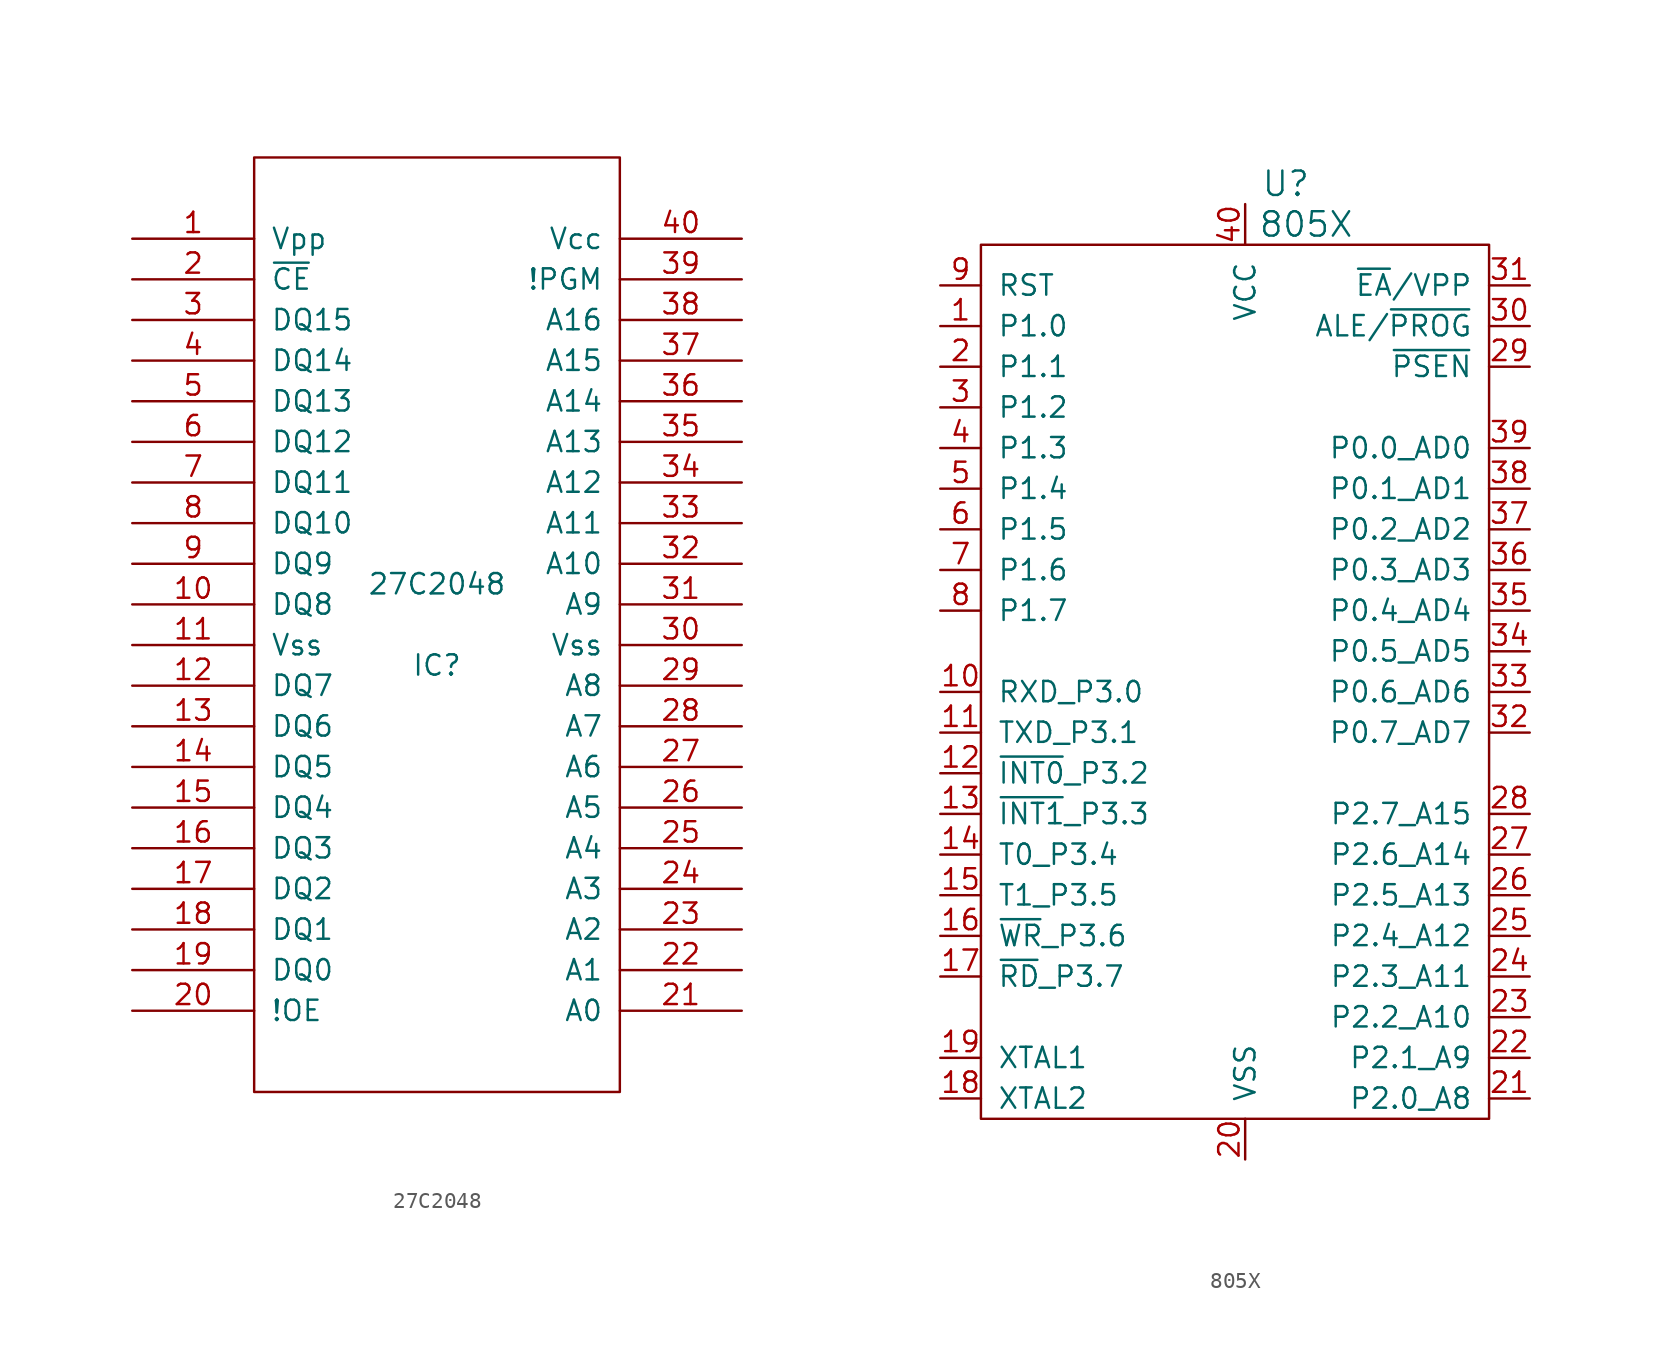
<source format=kicad_sym>
(kicad_symbol_lib
  (version 20211014)
  (generator kicad_symbol_editor)
  (symbol "27C2048"
    (pin_names
      (offset 1.016))
    (property "Reference" "IC"
      (at 0 -2.54 0)
      (effects (font (size 1.27 1.27))))
    (property "Value" "27C2048"
      (at 0 2.54 0)
      (effects (font (size 1.27 1.27))))
    (symbol "27C2048_1_0"
      (rectangle (start -11.43 -29.21) (end 11.43 29.21) (stroke (width 0) (type default) (color 0 0 0 0)) (fill (type none))))
    (symbol "27C2048_1_1"
      (pin power_in line (at -19.05 24.13 0) (length 7.62) (name "Vpp" (effects (font (size 1.27 1.27)))) (number "1" (effects (font (size 1.27 1.27)))))
      (pin passive line (at -19.05 1.27 0) (length 7.62) (name "DQ8" (effects (font (size 1.27 1.27)))) (number "10" (effects (font (size 1.27 1.27)))))
      (pin power_in line (at -19.05 -1.27 0) (length 7.62) (name "Vss" (effects (font (size 1.27 1.27)))) (number "11" (effects (font (size 1.27 1.27)))))
      (pin passive line (at -19.05 -3.81 0) (length 7.62) (name "DQ7" (effects (font (size 1.27 1.27)))) (number "12" (effects (font (size 1.27 1.27)))))
      (pin passive line (at -19.05 -6.35 0) (length 7.62) (name "DQ6" (effects (font (size 1.27 1.27)))) (number "13" (effects (font (size 1.27 1.27)))))
      (pin passive line (at -19.05 -8.89 0) (length 7.62) (name "DQ5" (effects (font (size 1.27 1.27)))) (number "14" (effects (font (size 1.27 1.27)))))
      (pin passive line (at -19.05 -11.43 0) (length 7.62) (name "DQ4" (effects (font (size 1.27 1.27)))) (number "15" (effects (font (size 1.27 1.27)))))
      (pin passive line (at -19.05 -13.97 0) (length 7.62) (name "DQ3" (effects (font (size 1.27 1.27)))) (number "16" (effects (font (size 1.27 1.27)))))
      (pin passive line (at -19.05 -16.51 0) (length 7.62) (name "DQ2" (effects (font (size 1.27 1.27)))) (number "17" (effects (font (size 1.27 1.27)))))
      (pin passive line (at -19.05 -19.05 0) (length 7.62) (name "DQ1" (effects (font (size 1.27 1.27)))) (number "18" (effects (font (size 1.27 1.27)))))
      (pin passive line (at -19.05 -21.59 0) (length 7.62) (name "DQ0" (effects (font (size 1.27 1.27)))) (number "19" (effects (font (size 1.27 1.27)))))
      (pin passive line (at -19.05 21.59 0) (length 7.62) (name "~{CE}" (effects (font (size 1.27 1.27)))) (number "2" (effects (font (size 1.27 1.27)))))
      (pin passive line (at -19.05 -24.13 0) (length 7.62) (name "!OE" (effects (font (size 1.27 1.27)))) (number "20" (effects (font (size 1.27 1.27)))))
      (pin passive line (at 19.05 -24.13 180) (length 7.62) (name "A0" (effects (font (size 1.27 1.27)))) (number "21" (effects (font (size 1.27 1.27)))))
      (pin passive line (at 19.05 -21.59 180) (length 7.62) (name "A1" (effects (font (size 1.27 1.27)))) (number "22" (effects (font (size 1.27 1.27)))))
      (pin passive line (at 19.05 -19.05 180) (length 7.62) (name "A2" (effects (font (size 1.27 1.27)))) (number "23" (effects (font (size 1.27 1.27)))))
      (pin passive line (at 19.05 -16.51 180) (length 7.62) (name "A3" (effects (font (size 1.27 1.27)))) (number "24" (effects (font (size 1.27 1.27)))))
      (pin passive line (at 19.05 -13.97 180) (length 7.62) (name "A4" (effects (font (size 1.27 1.27)))) (number "25" (effects (font (size 1.27 1.27)))))
      (pin passive line (at 19.05 -11.43 180) (length 7.62) (name "A5" (effects (font (size 1.27 1.27)))) (number "26" (effects (font (size 1.27 1.27)))))
      (pin passive line (at 19.05 -8.89 180) (length 7.62) (name "A6" (effects (font (size 1.27 1.27)))) (number "27" (effects (font (size 1.27 1.27)))))
      (pin passive line (at 19.05 -6.35 180) (length 7.62) (name "A7" (effects (font (size 1.27 1.27)))) (number "28" (effects (font (size 1.27 1.27)))))
      (pin passive line (at 19.05 -3.81 180) (length 7.62) (name "A8" (effects (font (size 1.27 1.27)))) (number "29" (effects (font (size 1.27 1.27)))))
      (pin passive line (at -19.05 19.05 0) (length 7.62) (name "DQ15" (effects (font (size 1.27 1.27)))) (number "3" (effects (font (size 1.27 1.27)))))
      (pin power_in line (at 19.05 -1.27 180) (length 7.62) (name "Vss" (effects (font (size 1.27 1.27)))) (number "30" (effects (font (size 1.27 1.27)))))
      (pin passive line (at 19.05 1.27 180) (length 7.62) (name "A9" (effects (font (size 1.27 1.27)))) (number "31" (effects (font (size 1.27 1.27)))))
      (pin passive line (at 19.05 3.81 180) (length 7.62) (name "A10" (effects (font (size 1.27 1.27)))) (number "32" (effects (font (size 1.27 1.27)))))
      (pin passive line (at 19.05 6.35 180) (length 7.62) (name "A11" (effects (font (size 1.27 1.27)))) (number "33" (effects (font (size 1.27 1.27)))))
      (pin passive line (at 19.05 8.89 180) (length 7.62) (name "A12" (effects (font (size 1.27 1.27)))) (number "34" (effects (font (size 1.27 1.27)))))
      (pin passive line (at 19.05 11.43 180) (length 7.62) (name "A13" (effects (font (size 1.27 1.27)))) (number "35" (effects (font (size 1.27 1.27)))))
      (pin passive line (at 19.05 13.97 180) (length 7.62) (name "A14" (effects (font (size 1.27 1.27)))) (number "36" (effects (font (size 1.27 1.27)))))
      (pin passive line (at 19.05 16.51 180) (length 7.62) (name "A15" (effects (font (size 1.27 1.27)))) (number "37" (effects (font (size 1.27 1.27)))))
      (pin passive line (at 19.05 19.05 180) (length 7.62) (name "A16" (effects (font (size 1.27 1.27)))) (number "38" (effects (font (size 1.27 1.27)))))
      (pin passive line (at 19.05 21.59 180) (length 7.62) (name "!PGM" (effects (font (size 1.27 1.27)))) (number "39" (effects (font (size 1.27 1.27)))))
      (pin passive line (at -19.05 16.51 0) (length 7.62) (name "DQ14" (effects (font (size 1.27 1.27)))) (number "4" (effects (font (size 1.27 1.27)))))
      (pin power_in line (at 19.05 24.13 180) (length 7.62) (name "Vcc" (effects (font (size 1.27 1.27)))) (number "40" (effects (font (size 1.27 1.27)))))
      (pin passive line (at -19.05 13.97 0) (length 7.62) (name "DQ13" (effects (font (size 1.27 1.27)))) (number "5" (effects (font (size 1.27 1.27)))))
      (pin passive line (at -19.05 11.43 0) (length 7.62) (name "DQ12" (effects (font (size 1.27 1.27)))) (number "6" (effects (font (size 1.27 1.27)))))
      (pin passive line (at -19.05 8.89 0) (length 7.62) (name "DQ11" (effects (font (size 1.27 1.27)))) (number "7" (effects (font (size 1.27 1.27)))))
      (pin passive line (at -19.05 6.35 0) (length 7.62) (name "DQ10" (effects (font (size 1.27 1.27)))) (number "8" (effects (font (size 1.27 1.27)))))
      (pin passive line (at -19.05 3.81 0) (length 7.62) (name "DQ9" (effects (font (size 1.27 1.27)))) (number "9" (effects (font (size 1.27 1.27)))))))
  (symbol "805X"
    (pin_names
      (offset 1.016))
    (property "Reference" "U"
      (at 2.54 29.21 0)
      (effects (font (size 1.524 1.524))))
    (property "Value" "805X"
      (at 3.81 26.67 0)
      (effects (font (size 1.524 1.524))))
    (symbol "805X_1_1"
      (rectangle (start -16.51 25.4) (end 15.24 -29.21) (stroke (width 0) (type default) (color 0 0 0 0)) (fill (type none)))
      (pin unspecified line (at -19.05 20.32 0) (length 2.54) (name "P1.0" (effects (font (size 1.27 1.27)))) (number "1" (effects (font (size 1.27 1.27)))))
      (pin unspecified line (at -19.05 -2.54 0) (length 2.54) (name "RXD_P3.0" (effects (font (size 1.27 1.27)))) (number "10" (effects (font (size 1.27 1.27)))))
      (pin unspecified line (at -19.05 -5.08 0) (length 2.54) (name "TXD_P3.1" (effects (font (size 1.27 1.27)))) (number "11" (effects (font (size 1.27 1.27)))))
      (pin unspecified line (at -19.05 -7.62 0) (length 2.54) (name "~{INT0}_P3.2" (effects (font (size 1.27 1.27)))) (number "12" (effects (font (size 1.27 1.27)))))
      (pin unspecified line (at -19.05 -10.16 0) (length 2.54) (name "~{INT1}_P3.3" (effects (font (size 1.27 1.27)))) (number "13" (effects (font (size 1.27 1.27)))))
      (pin unspecified line (at -19.05 -12.7 0) (length 2.54) (name "T0_P3.4" (effects (font (size 1.27 1.27)))) (number "14" (effects (font (size 1.27 1.27)))))
      (pin unspecified line (at -19.05 -15.24 0) (length 2.54) (name "T1_P3.5" (effects (font (size 1.27 1.27)))) (number "15" (effects (font (size 1.27 1.27)))))
      (pin unspecified line (at -19.05 -17.78 0) (length 2.54) (name "~{WR}_P3.6" (effects (font (size 1.27 1.27)))) (number "16" (effects (font (size 1.27 1.27)))))
      (pin unspecified line (at -19.05 -20.32 0) (length 2.54) (name "~{RD}_P3.7" (effects (font (size 1.27 1.27)))) (number "17" (effects (font (size 1.27 1.27)))))
      (pin passive line (at -19.05 -27.94 0) (length 2.54) (name "XTAL2" (effects (font (size 1.27 1.27)))) (number "18" (effects (font (size 1.27 1.27)))))
      (pin passive line (at -19.05 -25.4 0) (length 2.54) (name "XTAL1" (effects (font (size 1.27 1.27)))) (number "19" (effects (font (size 1.27 1.27)))))
      (pin unspecified line (at -19.05 17.78 0) (length 2.54) (name "P1.1" (effects (font (size 1.27 1.27)))) (number "2" (effects (font (size 1.27 1.27)))))
      (pin power_in line (at 0 -31.75 90) (length 2.54) (name "VSS" (effects (font (size 1.27 1.27)))) (number "20" (effects (font (size 1.27 1.27)))))
      (pin unspecified line (at 17.78 -27.94 180) (length 2.54) (name "P2.0_A8" (effects (font (size 1.27 1.27)))) (number "21" (effects (font (size 1.27 1.27)))))
      (pin unspecified line (at 17.78 -25.4 180) (length 2.54) (name "P2.1_A9" (effects (font (size 1.27 1.27)))) (number "22" (effects (font (size 1.27 1.27)))))
      (pin unspecified line (at 17.78 -22.86 180) (length 2.54) (name "P2.2_A10" (effects (font (size 1.27 1.27)))) (number "23" (effects (font (size 1.27 1.27)))))
      (pin unspecified line (at 17.78 -20.32 180) (length 2.54) (name "P2.3_A11" (effects (font (size 1.27 1.27)))) (number "24" (effects (font (size 1.27 1.27)))))
      (pin unspecified line (at 17.78 -17.78 180) (length 2.54) (name "P2.4_A12" (effects (font (size 1.27 1.27)))) (number "25" (effects (font (size 1.27 1.27)))))
      (pin unspecified line (at 17.78 -15.24 180) (length 2.54) (name "P2.5_A13" (effects (font (size 1.27 1.27)))) (number "26" (effects (font (size 1.27 1.27)))))
      (pin unspecified line (at 17.78 -12.7 180) (length 2.54) (name "P2.6_A14" (effects (font (size 1.27 1.27)))) (number "27" (effects (font (size 1.27 1.27)))))
      (pin unspecified line (at 17.78 -10.16 180) (length 2.54) (name "P2.7_A15" (effects (font (size 1.27 1.27)))) (number "28" (effects (font (size 1.27 1.27)))))
      (pin output line (at 17.78 17.78 180) (length 2.54) (name "~{PSEN}" (effects (font (size 1.27 1.27)))) (number "29" (effects (font (size 1.27 1.27)))))
      (pin unspecified line (at -19.05 15.24 0) (length 2.54) (name "P1.2" (effects (font (size 1.27 1.27)))) (number "3" (effects (font (size 1.27 1.27)))))
      (pin unspecified line (at 17.78 20.32 180) (length 2.54) (name "ALE/~{PROG}" (effects (font (size 1.27 1.27)))) (number "30" (effects (font (size 1.27 1.27)))))
      (pin input line (at 17.78 22.86 180) (length 2.54) (name "~{EA}/VPP" (effects (font (size 1.27 1.27)))) (number "31" (effects (font (size 1.27 1.27)))))
      (pin unspecified line (at 17.78 -5.08 180) (length 2.54) (name "P0.7_AD7" (effects (font (size 1.27 1.27)))) (number "32" (effects (font (size 1.27 1.27)))))
      (pin unspecified line (at 17.78 -2.54 180) (length 2.54) (name "P0.6_AD6" (effects (font (size 1.27 1.27)))) (number "33" (effects (font (size 1.27 1.27)))))
      (pin unspecified line (at 17.78 0 180) (length 2.54) (name "P0.5_AD5" (effects (font (size 1.27 1.27)))) (number "34" (effects (font (size 1.27 1.27)))))
      (pin unspecified line (at 17.78 2.54 180) (length 2.54) (name "P0.4_AD4" (effects (font (size 1.27 1.27)))) (number "35" (effects (font (size 1.27 1.27)))))
      (pin unspecified line (at 17.78 5.08 180) (length 2.54) (name "P0.3_AD3" (effects (font (size 1.27 1.27)))) (number "36" (effects (font (size 1.27 1.27)))))
      (pin unspecified line (at 17.78 7.62 180) (length 2.54) (name "P0.2_AD2" (effects (font (size 1.27 1.27)))) (number "37" (effects (font (size 1.27 1.27)))))
      (pin unspecified line (at 17.78 10.16 180) (length 2.54) (name "P0.1_AD1" (effects (font (size 1.27 1.27)))) (number "38" (effects (font (size 1.27 1.27)))))
      (pin unspecified line (at 17.78 12.7 180) (length 2.54) (name "P0.0_AD0" (effects (font (size 1.27 1.27)))) (number "39" (effects (font (size 1.27 1.27)))))
      (pin unspecified line (at -19.05 12.7 0) (length 2.54) (name "P1.3" (effects (font (size 1.27 1.27)))) (number "4" (effects (font (size 1.27 1.27)))))
      (pin power_in line (at 0 27.94 270) (length 2.54) (name "VCC" (effects (font (size 1.27 1.27)))) (number "40" (effects (font (size 1.27 1.27)))))
      (pin unspecified line (at -19.05 10.16 0) (length 2.54) (name "P1.4" (effects (font (size 1.27 1.27)))) (number "5" (effects (font (size 1.27 1.27)))))
      (pin unspecified line (at -19.05 7.62 0) (length 2.54) (name "P1.5" (effects (font (size 1.27 1.27)))) (number "6" (effects (font (size 1.27 1.27)))))
      (pin unspecified line (at -19.05 5.08 0) (length 2.54) (name "P1.6" (effects (font (size 1.27 1.27)))) (number "7" (effects (font (size 1.27 1.27)))))
      (pin unspecified line (at -19.05 2.54 0) (length 2.54) (name "P1.7" (effects (font (size 1.27 1.27)))) (number "8" (effects (font (size 1.27 1.27)))))
      (pin unspecified line (at -19.05 22.86 0) (length 2.54) (name "RST" (effects (font (size 1.27 1.27)))) (number "9" (effects (font (size 1.27 1.27))))))))
</source>
